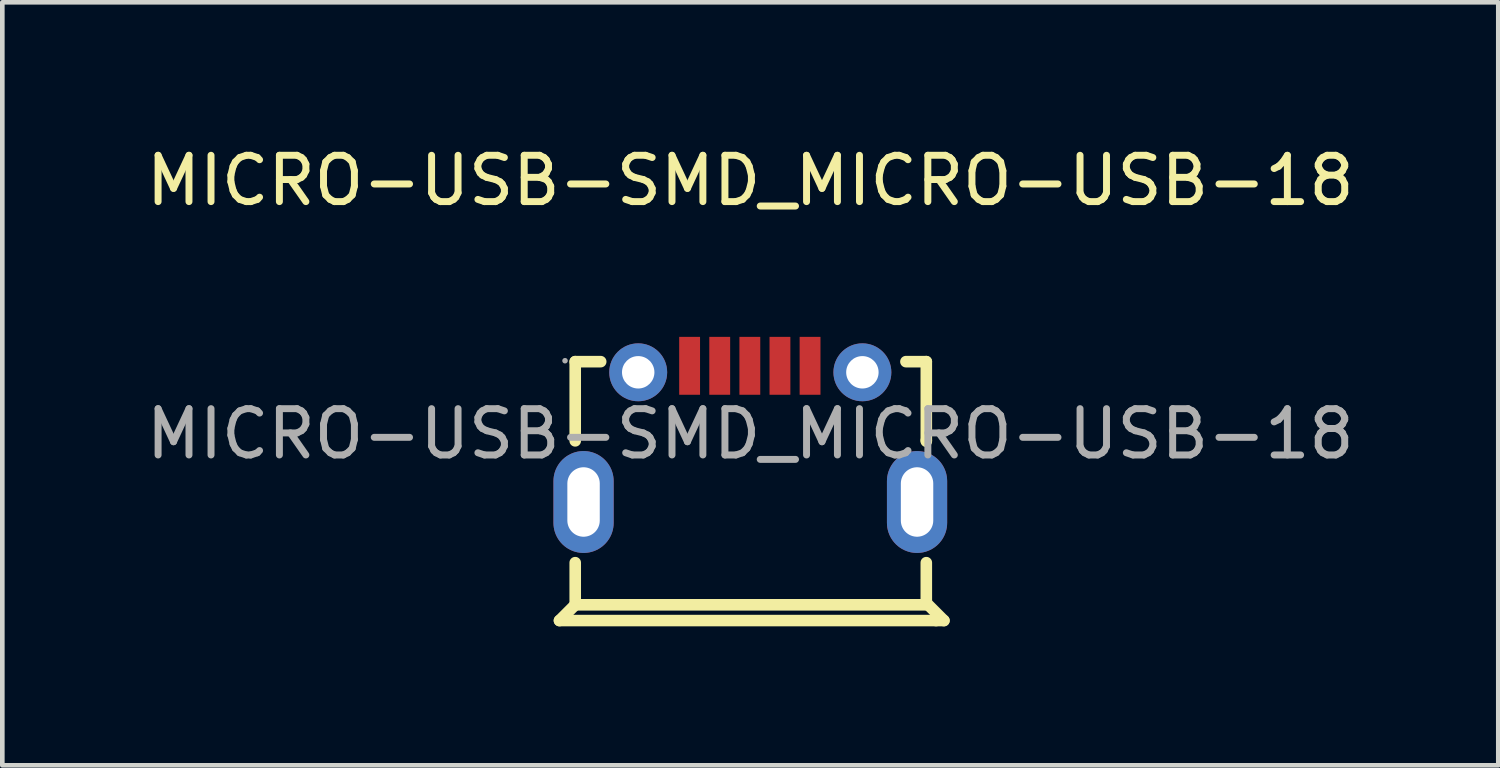
<source format=kicad_pcb>
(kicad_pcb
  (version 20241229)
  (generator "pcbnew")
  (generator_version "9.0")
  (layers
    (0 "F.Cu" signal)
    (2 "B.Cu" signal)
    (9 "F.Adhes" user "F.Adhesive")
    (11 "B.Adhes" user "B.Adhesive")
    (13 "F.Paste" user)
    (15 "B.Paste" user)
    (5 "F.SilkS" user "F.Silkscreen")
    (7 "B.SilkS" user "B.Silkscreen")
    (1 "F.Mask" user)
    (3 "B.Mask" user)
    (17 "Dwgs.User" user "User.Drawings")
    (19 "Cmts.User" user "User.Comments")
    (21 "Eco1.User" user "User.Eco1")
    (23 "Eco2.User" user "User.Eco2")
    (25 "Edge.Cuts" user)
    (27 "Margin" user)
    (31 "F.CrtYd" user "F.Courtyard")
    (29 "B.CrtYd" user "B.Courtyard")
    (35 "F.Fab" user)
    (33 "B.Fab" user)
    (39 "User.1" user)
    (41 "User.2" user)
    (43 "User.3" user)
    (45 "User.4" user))
  (footprint "MICRO-USB-SMD_MICRO-USB-18"
    (layer "F.Cu")
    (at 13.149 6.318)
    (property "Reference" "MICRO-USB-SMD_MICRO-USB-18" (at 0 -5.47 0) (layer "F.SilkS") (effects (font (size 1 1) (thickness 0.15))))
    (attr smd)
    (fp_line (start -4.12 4.03) (end 4.01 4.03) (stroke (width 0.25) (type solid)) (layer "F.SilkS"))
    (fp_line (start -3.78 -1.56) (end -3.78 0.15) (stroke (width 0.25) (type solid)) (layer "F.SilkS"))
    (fp_line (start -3.78 -1.56) (end -3.23 -1.56) (stroke (width 0.25) (type solid)) (layer "F.SilkS"))
    (fp_line (start -3.78 2.78) (end -3.78 3.69) (stroke (width 0.25) (type solid)) (layer "F.SilkS"))
    (fp_line (start -3.78 3.69) (end -4.12 4.03) (stroke (width 0.25) (type solid)) (layer "F.SilkS"))
    (fp_line (start -3.78 3.69) (end 3.8 3.69) (stroke (width 0.25) (type solid)) (layer "F.SilkS"))
    (fp_line (start 3.36 -1.56) (end 3.8 -1.56) (stroke (width 0.25) (type solid)) (layer "F.SilkS"))
    (fp_line (start 3.8 -1.56) (end 3.8 0.14) (stroke (width 0.25) (type solid)) (layer "F.SilkS"))
    (fp_line (start 3.8 0.16) (end 3.8 0.14) (stroke (width 0.25) (type solid)) (layer "F.SilkS"))
    (fp_line (start 3.8 3.65) (end 3.8 2.78) (stroke (width 0.25) (type solid)) (layer "F.SilkS"))
    (fp_line (start 4.01 4.03) (end 4.18 4.03) (stroke (width 0.25) (type solid)) (layer "F.SilkS"))
    (fp_line (start 4.18 4.03) (end 3.8 3.65) (stroke (width 0.25) (type solid)) (layer "F.SilkS"))
    (fp_circle (center -4 -1.58) (end -3.97 -1.58) (stroke (width 0.06) (type solid)) (fill no) (layer "F.Fab"))
    (fp_text user "${REFERENCE}" (at 0 0 0) (layer "F.Fab") (effects (font (size 1 1) (thickness 0.15))))
    (pad "1" smd rect (at -1.31 -1.47) (size 0.45 1.25) (layers "F.Cu" "F.Mask" "F.Paste"))
    (pad "2" smd rect (at -0.66 -1.47) (size 0.45 1.25) (layers "F.Cu" "F.Mask" "F.Paste"))
    (pad "3" smd rect (at -0.01 -1.47) (size 0.45 1.25) (layers "F.Cu" "F.Mask" "F.Paste"))
    (pad "4" smd rect (at 0.64 -1.47) (size 0.45 1.25) (layers "F.Cu" "F.Mask" "F.Paste"))
    (pad "5" smd rect (at 1.29 -1.47) (size 0.45 1.25) (layers "F.Cu" "F.Mask" "F.Paste"))
    (pad "6" thru_hole oval (at -3.6 1.47) (size 1.3 2.2) (drill oval 0.7 1.5) (layers "*.Cu" "*.Mask"))
    (pad "6" thru_hole circle (at -2.42 -1.33) (size 1.25 1.25) (drill 0.7) (layers "*.Cu" "*.Mask"))
    (pad "6" thru_hole circle (at 2.42 -1.33) (size 1.25 1.25) (drill 0.7) (layers "*.Cu" "*.Mask"))
    (pad "6" thru_hole oval (at 3.6 1.47) (size 1.3 2.2) (drill oval 0.7 1.5) (layers "*.Cu" "*.Mask")))
  (gr_rect
    (start -3 -3)
    (end 29.298 13.473)
    (stroke (width 0.1) (type default))
    (fill no)
    (layer "Edge.Cuts")))
</source>
